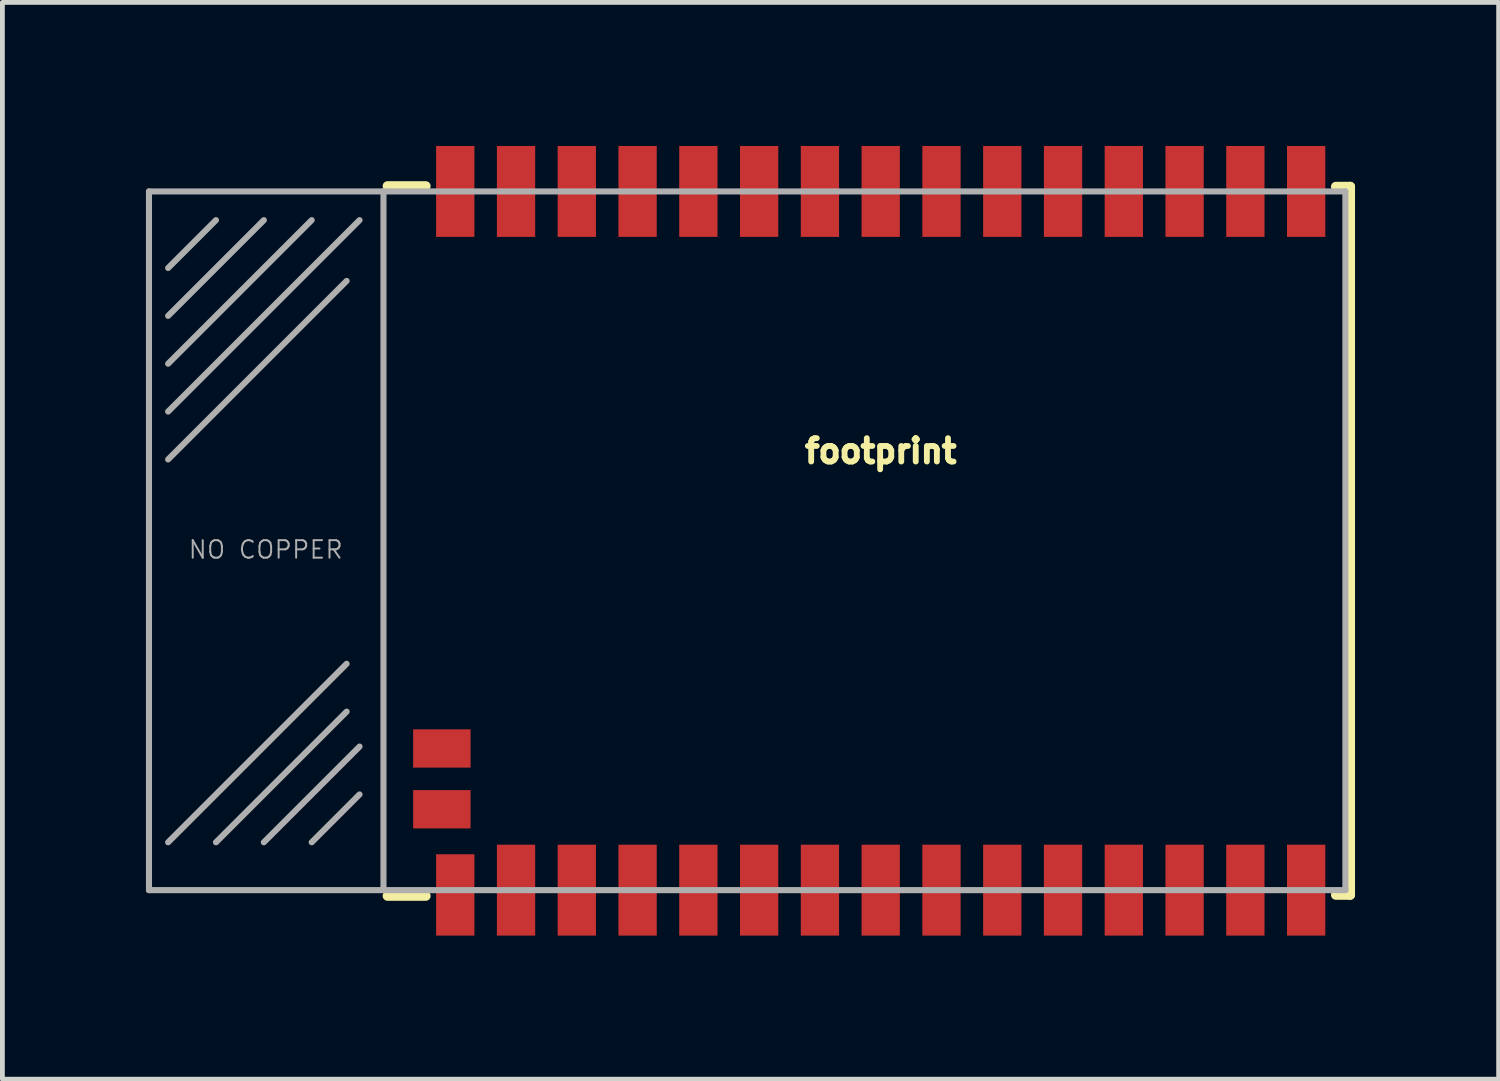
<source format=kicad_pcb>
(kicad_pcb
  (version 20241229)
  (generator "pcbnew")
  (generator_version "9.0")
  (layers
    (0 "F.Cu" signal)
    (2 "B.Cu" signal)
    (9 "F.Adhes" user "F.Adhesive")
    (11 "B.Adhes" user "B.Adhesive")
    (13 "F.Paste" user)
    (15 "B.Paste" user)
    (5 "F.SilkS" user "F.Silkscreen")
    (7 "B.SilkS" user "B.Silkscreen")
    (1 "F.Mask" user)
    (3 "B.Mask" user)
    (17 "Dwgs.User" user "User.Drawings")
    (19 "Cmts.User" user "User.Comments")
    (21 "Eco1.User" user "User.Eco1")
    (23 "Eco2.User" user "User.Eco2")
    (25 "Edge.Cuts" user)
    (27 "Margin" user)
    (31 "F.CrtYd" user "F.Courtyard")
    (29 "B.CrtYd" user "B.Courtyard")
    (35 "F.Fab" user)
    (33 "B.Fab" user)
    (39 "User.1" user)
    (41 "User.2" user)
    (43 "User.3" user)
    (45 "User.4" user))
  (footprint "footprint"
    (layer "F.Cu")
    (at 12.563 8.25)
    (property "Reference" "footprint" (at 2.79 -1.59 0) (layer "F.SilkS") (effects (font (size 0.488 0.488) (thickness 0.122)) (justify bottom)))
    (fp_line (start -7.516 -7.412) (end -6.716 -7.412) (stroke (width 0.203) (type solid)) (layer "F.SilkS"))
    (fp_line (start -7.516 7.421) (end -6.716 7.421) (stroke (width 0.203) (type solid)) (layer "F.SilkS"))
    (fp_line (start 12.3 -7.4) (end 12.6 -7.4) (stroke (width 0.203) (type solid)) (layer "F.SilkS"))
    (fp_line (start 12.3 7.4) (end 12.6 7.4) (stroke (width 0.203) (type solid)) (layer "F.SilkS"))
    (fp_line (start 12.6 -7.4) (end 12.6 7.4) (stroke (width 0.203) (type solid)) (layer "F.SilkS"))
    (fp_line (start -12.5 -7.3) (end -12.5 7.3) (stroke (width 0.127) (type solid)) (layer "F.Fab"))
    (fp_line (start -12.5 7.3) (end -7.6 7.3) (stroke (width 0.127) (type solid)) (layer "F.Fab"))
    (fp_line (start -12.1 -5.7) (end -11.1 -6.7) (stroke (width 0.127) (type solid)) (layer "F.Fab"))
    (fp_line (start -12.1 -4.7) (end -10.1 -6.7) (stroke (width 0.127) (type solid)) (layer "F.Fab"))
    (fp_line (start -12.1 -3.7) (end -9.1 -6.7) (stroke (width 0.127) (type solid)) (layer "F.Fab"))
    (fp_line (start -12.1 -2.7) (end -8.1 -6.7) (stroke (width 0.127) (type solid)) (layer "F.Fab"))
    (fp_line (start -12.1 -1.7) (end -8.37 -5.43) (stroke (width 0.127) (type solid)) (layer "F.Fab"))
    (fp_line (start -12.1 6.3) (end -8.37 2.57) (stroke (width 0.127) (type solid)) (layer "F.Fab"))
    (fp_line (start -11.1 6.3) (end -8.37 3.57) (stroke (width 0.127) (type solid)) (layer "F.Fab"))
    (fp_line (start -10.1 6.3) (end -8.1 4.3) (stroke (width 0.127) (type solid)) (layer "F.Fab"))
    (fp_line (start -9.1 6.3) (end -8.1 5.3) (stroke (width 0.127) (type solid)) (layer "F.Fab"))
    (fp_line (start -7.6 -7.3) (end -12.5 -7.3) (stroke (width 0.127) (type solid)) (layer "F.Fab"))
    (fp_line (start -7.6 -7.3) (end -7.6 7.3) (stroke (width 0.127) (type solid)) (layer "F.Fab"))
    (fp_line (start -7.6 7.3) (end 12.5 7.3) (stroke (width 0.127) (type solid)) (layer "F.Fab"))
    (fp_line (start 12.5 -7.3) (end -7.6 -7.3) (stroke (width 0.127) (type solid)) (layer "F.Fab"))
    (fp_line (start 12.5 7.3) (end 12.5 -7.3) (stroke (width 0.127) (type solid)) (layer "F.Fab"))
    (fp_text user "NO COPPER" (at -11.7 0.4 0) (layer "F.Fab") (effects (font (size 0.366 0.366) (thickness 0.041)) (justify left bottom)))
    (pad "1" smd rect (at -6.1 7.4 90) (size 1.7 0.8) (layers "F.Cu" "F.Mask" "F.Paste"))
    (pad "2" smd rect (at -4.83 7.3 90) (size 1.9 0.8) (layers "F.Cu" "F.Mask" "F.Paste"))
    (pad "3" smd rect (at -3.56 7.3 90) (size 1.9 0.8) (layers "F.Cu" "F.Mask" "F.Paste"))
    (pad "4" smd rect (at -2.29 7.3 90) (size 1.9 0.8) (layers "F.Cu" "F.Mask" "F.Paste"))
    (pad "5" smd rect (at -1.02 7.3 90) (size 1.9 0.8) (layers "F.Cu" "F.Mask" "F.Paste"))
    (pad "6" smd rect (at 0.25 7.3 90) (size 1.9 0.8) (layers "F.Cu" "F.Mask" "F.Paste"))
    (pad "7" smd rect (at 1.52 7.3 90) (size 1.9 0.8) (layers "F.Cu" "F.Mask" "F.Paste"))
    (pad "8" smd rect (at 2.79 7.3 90) (size 1.9 0.8) (layers "F.Cu" "F.Mask" "F.Paste"))
    (pad "9" smd rect (at 4.06 7.3 90) (size 1.9 0.8) (layers "F.Cu" "F.Mask" "F.Paste"))
    (pad "10" smd rect (at 5.33 7.3 90) (size 1.9 0.8) (layers "F.Cu" "F.Mask" "F.Paste"))
    (pad "11" smd rect (at 6.6 7.3 90) (size 1.9 0.8) (layers "F.Cu" "F.Mask" "F.Paste"))
    (pad "12" smd rect (at 7.87 7.3 90) (size 1.9 0.8) (layers "F.Cu" "F.Mask" "F.Paste"))
    (pad "13" smd rect (at 9.14 7.3 90) (size 1.9 0.8) (layers "F.Cu" "F.Mask" "F.Paste"))
    (pad "14" smd rect (at 10.41 7.3 90) (size 1.9 0.8) (layers "F.Cu" "F.Mask" "F.Paste"))
    (pad "15" smd rect (at 11.68 7.3 90) (size 1.9 0.8) (layers "F.Cu" "F.Mask" "F.Paste"))
    (pad "16" smd rect (at 11.68 -7.3 90) (size 1.9 0.8) (layers "F.Cu" "F.Mask" "F.Paste"))
    (pad "17" smd rect (at 10.41 -7.3 90) (size 1.9 0.8) (layers "F.Cu" "F.Mask" "F.Paste"))
    (pad "18" smd rect (at 9.14 -7.3 90) (size 1.9 0.8) (layers "F.Cu" "F.Mask" "F.Paste"))
    (pad "19" smd rect (at 7.87 -7.3 90) (size 1.9 0.8) (layers "F.Cu" "F.Mask" "F.Paste"))
    (pad "20" smd rect (at 6.6 -7.3 90) (size 1.9 0.8) (layers "F.Cu" "F.Mask" "F.Paste"))
    (pad "21" smd rect (at 5.33 -7.3 90) (size 1.9 0.8) (layers "F.Cu" "F.Mask" "F.Paste"))
    (pad "22" smd rect (at 4.06 -7.3 90) (size 1.9 0.8) (layers "F.Cu" "F.Mask" "F.Paste"))
    (pad "23" smd rect (at 2.79 -7.3 90) (size 1.9 0.8) (layers "F.Cu" "F.Mask" "F.Paste"))
    (pad "24" smd rect (at 1.52 -7.3 90) (size 1.9 0.8) (layers "F.Cu" "F.Mask" "F.Paste"))
    (pad "25" smd rect (at 0.25 -7.3 90) (size 1.9 0.8) (layers "F.Cu" "F.Mask" "F.Paste"))
    (pad "26" smd rect (at -1.02 -7.3 90) (size 1.9 0.8) (layers "F.Cu" "F.Mask" "F.Paste"))
    (pad "27" smd rect (at -2.29 -7.3 90) (size 1.9 0.8) (layers "F.Cu" "F.Mask" "F.Paste"))
    (pad "28" smd rect (at -3.56 -7.3 90) (size 1.9 0.8) (layers "F.Cu" "F.Mask" "F.Paste"))
    (pad "29" smd rect (at -4.83 -7.3 90) (size 1.9 0.8) (layers "F.Cu" "F.Mask" "F.Paste"))
    (pad "30" smd rect (at -6.1 -7.3 90) (size 1.9 0.8) (layers "F.Cu" "F.Mask" "F.Paste"))
    (pad "31" smd rect (at -6.38 4.34) (size 1.2 0.8) (layers "F.Cu" "F.Mask" "F.Paste"))
    (pad "32" smd rect (at -6.38 5.61) (size 1.2 0.8) (layers "F.Cu" "F.Mask" "F.Paste"))
    (zone (net_name "") (layer "F.Cu") (hatch edge 0.508) (connect_pads) (min_thickness 0.254) (filled_areas_thickness no) (keepout (tracks not_allowed) (vias not_allowed) (pads not_allowed) (copperpour not_allowed) (footprints allowed)) (placement (enabled no)) (fill) (polygon (pts (xy 0.164 15.45) (xy 4.864 15.45) (xy 4.864 1.05) (xy 0.164 1.05)))))
  (gr_rect
    (start -3 -3)
    (end 28.265 19.5)
    (stroke (width 0.1) (type default))
    (fill no)
    (layer "Edge.Cuts")))
</source>
